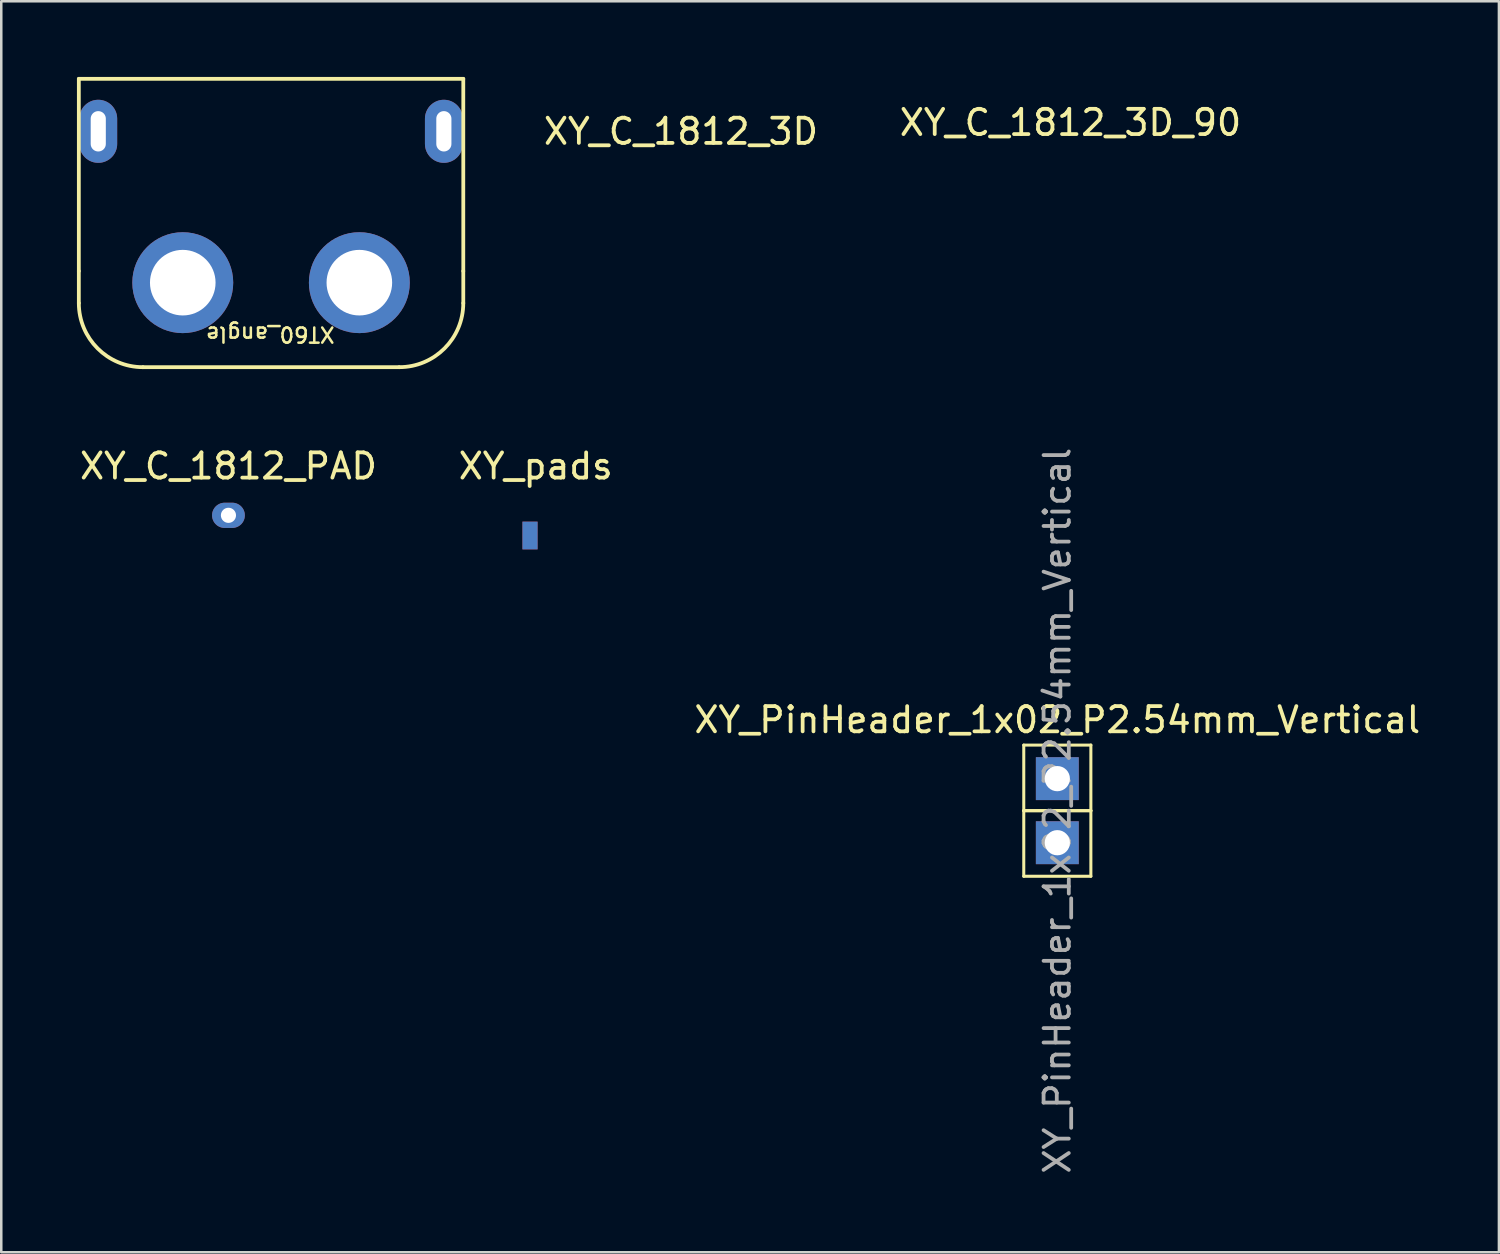
<source format=kicad_pcb>
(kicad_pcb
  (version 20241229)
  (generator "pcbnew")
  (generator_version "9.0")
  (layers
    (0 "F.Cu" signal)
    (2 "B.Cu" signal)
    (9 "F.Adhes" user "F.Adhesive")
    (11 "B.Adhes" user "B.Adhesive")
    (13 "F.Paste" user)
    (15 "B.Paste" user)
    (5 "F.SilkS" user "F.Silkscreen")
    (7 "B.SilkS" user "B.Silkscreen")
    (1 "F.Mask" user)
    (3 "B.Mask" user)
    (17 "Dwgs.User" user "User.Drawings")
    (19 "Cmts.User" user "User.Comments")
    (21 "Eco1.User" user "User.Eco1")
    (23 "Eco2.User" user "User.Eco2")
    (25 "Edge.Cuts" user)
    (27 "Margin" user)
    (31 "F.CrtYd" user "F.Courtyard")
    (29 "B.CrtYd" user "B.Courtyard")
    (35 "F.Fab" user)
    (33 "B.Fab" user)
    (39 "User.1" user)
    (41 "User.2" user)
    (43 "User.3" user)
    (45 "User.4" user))
  (footprint "XY_C_1812_PAD"
    (layer "F.Cu")
    (at 6.006 17.378)
    (property "Reference" "XY_C_1812_PAD" (at 0 -1.95 0) (layer "F.SilkS") (effects (font (size 1 1) (thickness 0.15))))
    (attr through_hole)
    (fp_line (start 0 -2.15) (end 0 2.05) (stroke (width 0.12) (type solid)) (layer "Eco1.User"))
    (pad "1" thru_hole oval (at 0 0) (size 1.3 1) (drill 0.6) (layers "*.Cu" "*.Mask")))
  (footprint "XY_PinHeader_1x02_P2.54mm_Vertical"
    (layer "F.Cu")
    (at 38.863 29.091)
    (property "Reference" "XY_PinHeader_1x02_P2.54mm_Vertical" (at 0 -3.605 0) (layer "F.SilkS") (effects (font (size 1 1) (thickness 0.15))))
    (attr through_hole)
    (fp_line (start -1.33 -2.605) (end -1.33 -0.005) (stroke (width 0.12) (type solid)) (layer "F.SilkS"))
    (fp_line (start -1.33 -2.605) (end 1.33 -2.605) (stroke (width 0.12) (type solid)) (layer "F.SilkS"))
    (fp_line (start -1.33 -0.005) (end -1.33 2.595) (stroke (width 0.12) (type solid)) (layer "F.SilkS"))
    (fp_line (start -1.33 -0.005) (end 1.33 -0.005) (stroke (width 0.12) (type solid)) (layer "F.SilkS"))
    (fp_line (start -1.33 -0.005) (end 1.33 -0.005) (stroke (width 0.12) (type solid)) (layer "F.SilkS"))
    (fp_line (start -1.33 2.595) (end 1.33 2.595) (stroke (width 0.12) (type solid)) (layer "F.SilkS"))
    (fp_line (start 1.33 -2.605) (end 1.33 -0.005) (stroke (width 0.12) (type solid)) (layer "F.SilkS"))
    (fp_line (start 1.33 -0.005) (end 1.33 2.595) (stroke (width 0.12) (type solid)) (layer "F.SilkS"))
    (fp_text user "${REFERENCE}" (at 0 -0.005 270) (layer "F.Fab") (effects (font (size 1 1) (thickness 0.15))))
    (pad "1" thru_hole rect (at 0 -1.275) (size 1.7 1.7) (drill 1) (layers "*.Cu" "*.Mask"))
    (pad "2" thru_hole rect (at 0 1.265) (size 1.7 1.7) (drill 1) (layers "*.Cu" "*.Mask")))
  (footprint "XY_C_1812_3D_90"
    (layer "F.Cu")
    (at 39.384 1.31)
    (property "Reference" "XY_C_1812_3D_90" (at 0 0.5 0) (layer "F.SilkS") (effects (font (size 1 1) (thickness 0.15))))
    (attr exclude_from_pos_files exclude_from_bom)
    (fp_line (start -2.25 1.25) (end -2.25 -1.25) (stroke (width 0.12) (type solid)) (layer "Eco2.User"))
    (fp_line (start 2.25 -1.25) (end -2.25 -1.25) (stroke (width 0.12) (type solid)) (layer "Eco2.User"))
    (fp_line (start 2.25 -1.25) (end 2.25 1.25) (stroke (width 0.12) (type solid)) (layer "Eco2.User"))
    (fp_line (start 2.25 1.25) (end -2.25 1.25) (stroke (width 0.12) (type solid)) (layer "Eco2.User")))
  (footprint "XY_pads"
    (layer "F.Cu")
    (at 18.16 18.178)
    (property "Reference" "XY_pads" (at 0.025 -2.75 0) (layer "F.SilkS") (effects (font (size 1 1) (thickness 0.15))))
    (attr through_hole)
    (pad "1" smd trapezoid (at -0.2 0) (size 0.6 1.1) (layers "F.Cu" "F.Mask" "F.Paste"))
    (pad "1" smd trapezoid (at -0.2 0) (size 0.6 1.1) (layers "B.Cu" "B.Mask" "B.Paste")))
  (footprint "XY_C_1812_3D"
    (layer "F.Cu")
    (at 23.944 1.66)
    (property "Reference" "XY_C_1812_3D" (at 0 0.5 0) (layer "F.SilkS") (effects (font (size 1 1) (thickness 0.15))))
    (attr exclude_from_pos_files exclude_from_bom)
    (fp_line (start -2.25 1.6) (end -2.25 -1.6) (stroke (width 0.12) (type solid)) (layer "Eco2.User"))
    (fp_line (start 2.25 -1.6) (end -2.25 -1.6) (stroke (width 0.12) (type solid)) (layer "Eco2.User"))
    (fp_line (start 2.25 -1.6) (end 2.25 1.6) (stroke (width 0.12) (type solid)) (layer "Eco2.User"))
    (fp_line (start 2.25 1.6) (end -2.25 1.6) (stroke (width 0.12) (type solid)) (layer "Eco2.User")))
  (footprint "XT60_angle"
    (layer "F.Cu")
    (at 7.695 5.155)
    (property "Reference" "XT60_angle" (at -0.03 5.05 180) (unlocked yes) (layer "F.SilkS") (effects (font (size 0.6 0.6) (thickness 0.1))))
    (attr through_hole)
    (fp_line (start -7.62 -5.08) (end 7.62 -5.08) (stroke (width 0.15) (type solid)) (layer "F.SilkS"))
    (fp_line (start -7.62 2.54) (end -7.62 -5.08) (stroke (width 0.15) (type solid)) (layer "F.SilkS"))
    (fp_line (start -7.62 2.54) (end -7.62 3.81) (stroke (width 0.15) (type solid)) (layer "F.SilkS"))
    (fp_line (start -5.08 6.35) (end 5.08 6.35) (stroke (width 0.15) (type solid)) (layer "F.SilkS"))
    (fp_line (start 7.62 -5.08) (end 7.62 2.54) (stroke (width 0.15) (type solid)) (layer "F.SilkS"))
    (fp_line (start 7.62 3.81) (end 7.62 2.54) (stroke (width 0.15) (type solid)) (layer "F.SilkS"))
    (fp_arc (start -5.08 6.35) (mid -6.876051 5.606051) (end -7.62 3.81) (stroke (width 0.15) (type solid)) (layer "F.SilkS"))
    (fp_arc (start 7.62 3.81) (mid 6.876051 5.606051) (end 5.08 6.35) (stroke (width 0.15) (type solid)) (layer "F.SilkS"))
    (pad "" thru_hole oval (at -6.85 -3) (size 1.5 2.5) (drill oval 0.6 1.6) (layers "*.Cu" "*.Mask"))
    (pad "" thru_hole oval (at 6.85 -3) (size 1.5 2.5) (drill oval 0.6 1.6) (layers "*.Cu" "*.Mask"))
    (pad "1" thru_hole circle (at -3.5 3) (size 4 4) (drill 2.6) (layers "*.Cu" "*.Mask"))
    (pad "2" thru_hole circle (at 3.5 3) (size 4 4) (drill 2.6) (layers "*.Cu" "*.Mask")))
  (gr_rect
    (start -3 -3)
    (end 56.369 46.592)
    (stroke (width 0.1) (type default))
    (fill no)
    (layer "Edge.Cuts")))
</source>
